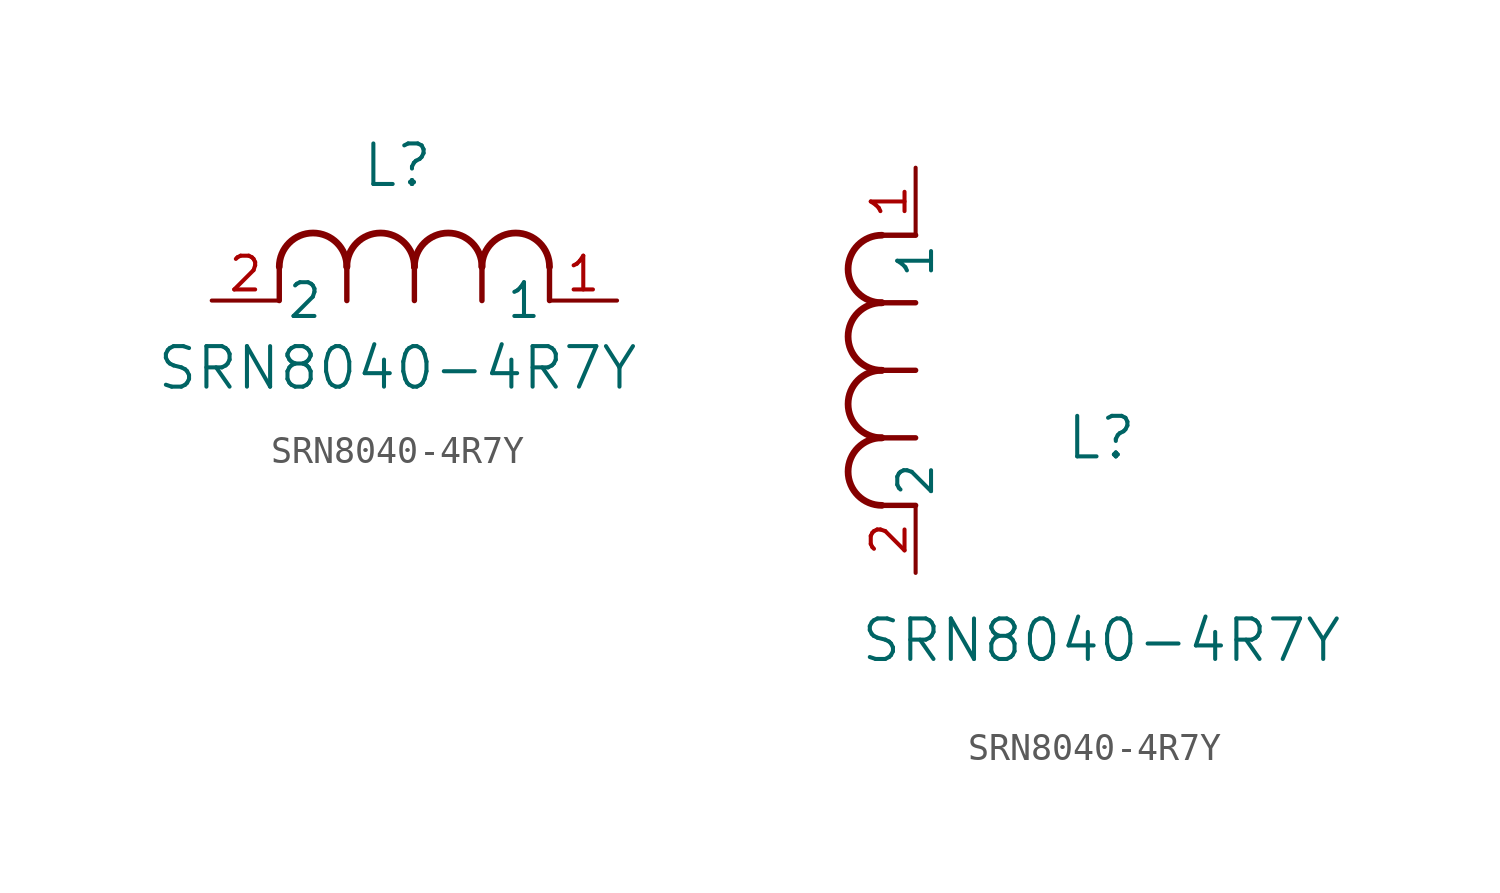
<source format=kicad_sym>
(kicad_symbol_lib
  (version 20211014)
  (generator kicad_symbol_editor)
  (symbol "SRN8040-4R7Y"
    (pin_names
      (offset 0.254))
    (property "Reference" "L"
      (at 6.985 5.08 0)
      (effects (font (size 1.524 1.524))))
    (property "Value" "SRN8040-4R7Y"
      (at 6.985 -2.54 0)
      (effects (font (size 1.524 1.524))))
    (symbol "SRN8040-4R7Y_1_1"
      (arc (start 7.62 1.27) (mid 6.35 2.54) (end 5.08 1.27) (stroke (width 0.254) (type default) (color 0 0 0 0)) (fill (type none)))
      (polyline (pts (xy 5.08 0) (xy 5.08 1.27)) (stroke (width 0.203) (type default) (color 0 0 0 0)) (fill (type none)))
      (polyline (pts (xy 7.62 0) (xy 7.62 1.27)) (stroke (width 0.203) (type default) (color 0 0 0 0)) (fill (type none)))
      (polyline (pts (xy 12.7 0) (xy 12.7 1.27)) (stroke (width 0.203) (type default) (color 0 0 0 0)) (fill (type none)))
      (arc (start 5.08 1.27) (mid 3.81 2.54) (end 2.54 1.27) (stroke (width 0.254) (type default) (color 0 0 0 0)) (fill (type none)))
      (arc (start 10.16 1.27) (mid 8.89 2.54) (end 7.62 1.27) (stroke (width 0.254) (type default) (color 0 0 0 0)) (fill (type none)))
      (arc (start 12.7 1.27) (mid 11.43 2.54) (end 10.16 1.27) (stroke (width 0.254) (type default) (color 0 0 0 0)) (fill (type none)))
      (polyline (pts (xy 2.54 0) (xy 2.54 1.27)) (stroke (width 0.203) (type default) (color 0 0 0 0)) (fill (type none)))
      (polyline (pts (xy 10.16 0) (xy 10.16 1.27)) (stroke (width 0.203) (type default) (color 0 0 0 0)) (fill (type none)))
      (pin unspecified line (at 0 0 0) (length 2.54) (name "2" (effects (font (size 1.27 1.27)))) (number "2" (effects (font (size 1.27 1.27)))))
      (pin unspecified line (at 15.24 0 180) (length 2.54) (name "1" (effects (font (size 1.27 1.27)))) (number "1" (effects (font (size 1.27 1.27))))))
    (symbol "SRN8040-4R7Y_1_2"
      (arc (start -1.27 7.62) (mid -2.54 6.35) (end -1.27 5.08) (stroke (width 0.254) (type default) (color 0 0 0 0)) (fill (type none)))
      (arc (start -1.27 5.08) (mid -2.54 3.81) (end -1.27 2.54) (stroke (width 0.254) (type default) (color 0 0 0 0)) (fill (type none)))
      (arc (start -1.27 12.7) (mid -2.54 11.43) (end -1.27 10.16) (stroke (width 0.254) (type default) (color 0 0 0 0)) (fill (type none)))
      (arc (start -1.27 10.16) (mid -2.54 8.89) (end -1.27 7.62) (stroke (width 0.254) (type default) (color 0 0 0 0)) (fill (type none)))
      (polyline (pts (xy 0 7.62) (xy -1.27 7.62)) (stroke (width 0.203) (type default) (color 0 0 0 0)) (fill (type none)))
      (polyline (pts (xy 0 5.08) (xy -1.27 5.08)) (stroke (width 0.203) (type default) (color 0 0 0 0)) (fill (type none)))
      (polyline (pts (xy 0 12.7) (xy -1.27 12.7)) (stroke (width 0.203) (type default) (color 0 0 0 0)) (fill (type none)))
      (polyline (pts (xy 0 2.54) (xy -1.27 2.54)) (stroke (width 0.203) (type default) (color 0 0 0 0)) (fill (type none)))
      (polyline (pts (xy 0 10.16) (xy -1.27 10.16)) (stroke (width 0.203) (type default) (color 0 0 0 0)) (fill (type none)))
      (pin unspecified line (at 0 0 90) (length 2.54) (name "2" (effects (font (size 1.27 1.27)))) (number "2" (effects (font (size 1.27 1.27)))))
      (pin unspecified line (at 0 15.24 270) (length 2.54) (name "1" (effects (font (size 1.27 1.27)))) (number "1" (effects (font (size 1.27 1.27))))))))
</source>
